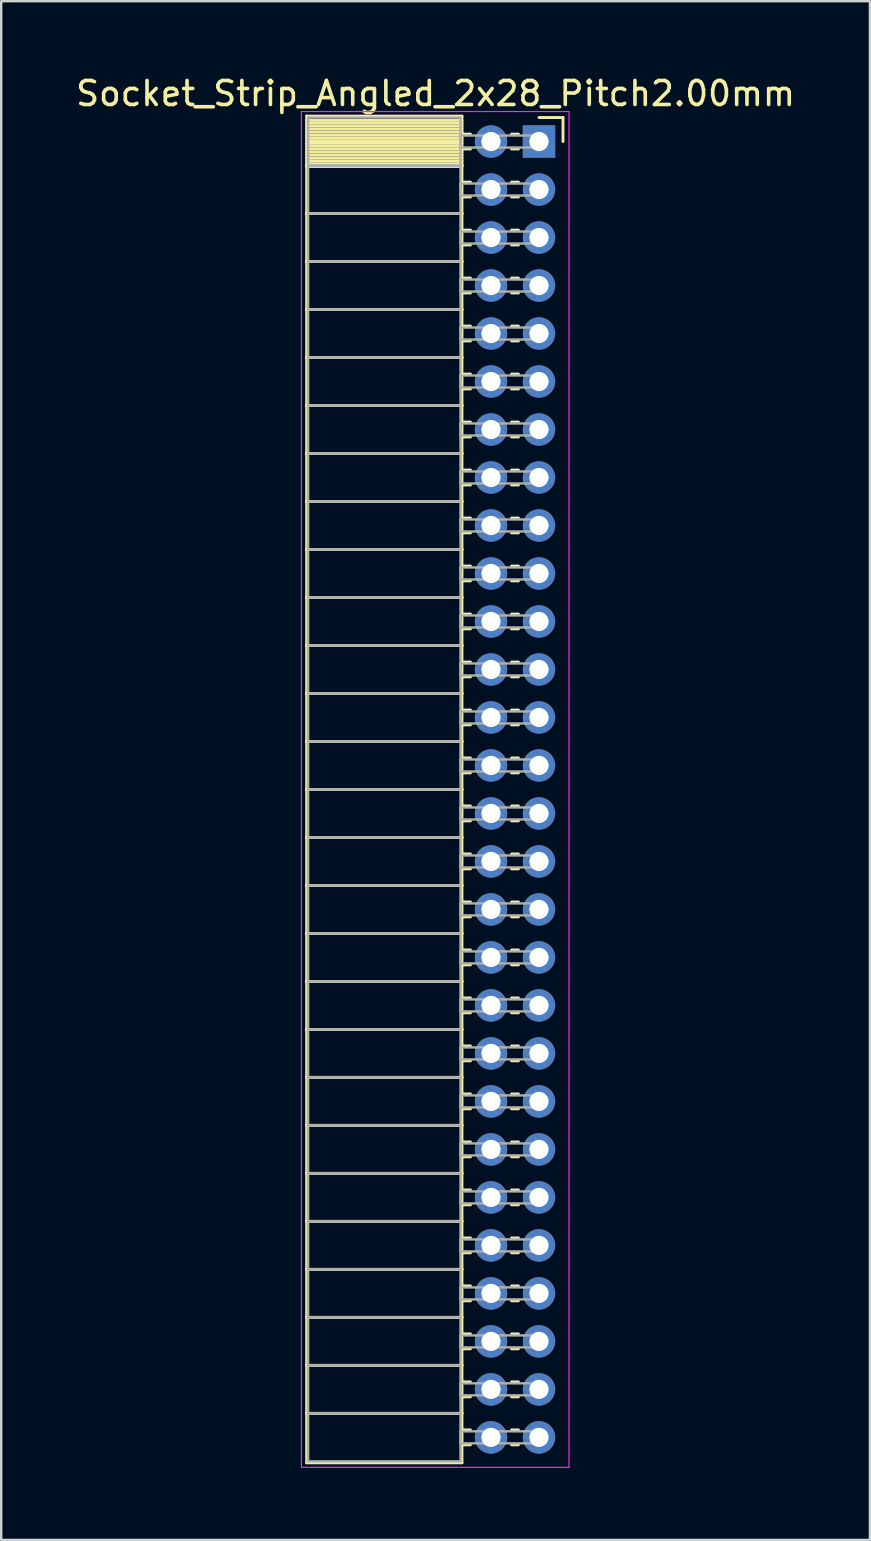
<source format=kicad_pcb>
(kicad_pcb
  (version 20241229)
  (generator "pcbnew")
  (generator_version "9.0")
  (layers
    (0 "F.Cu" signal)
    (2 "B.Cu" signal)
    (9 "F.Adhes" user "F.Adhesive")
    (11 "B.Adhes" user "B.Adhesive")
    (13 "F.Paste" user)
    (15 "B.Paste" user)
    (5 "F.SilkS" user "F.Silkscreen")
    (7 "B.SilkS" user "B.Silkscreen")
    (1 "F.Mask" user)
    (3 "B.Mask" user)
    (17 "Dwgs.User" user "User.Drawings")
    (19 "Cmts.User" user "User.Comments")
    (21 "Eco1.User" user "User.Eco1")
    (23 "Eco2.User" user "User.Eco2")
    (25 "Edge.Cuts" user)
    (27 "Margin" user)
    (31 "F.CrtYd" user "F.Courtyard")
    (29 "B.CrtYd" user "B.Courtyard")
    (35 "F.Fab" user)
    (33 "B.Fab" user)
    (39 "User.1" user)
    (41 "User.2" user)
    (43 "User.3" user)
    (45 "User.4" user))
  (footprint "Socket_Strip_Angled_2x28_Pitch2.00mm"
    (layer "F.Cu")
    (at 19.411 2.848)
    (property "Reference" "Socket_Strip_Angled_2x28_Pitch2.00mm" (at -4.31 -2 0) (layer "F.SilkS") (effects (font (size 1 1) (thickness 0.15))))
    (attr through_hole)
    (fp_line (start -9.68 -1.06) (end -3.21 -1.06) (stroke (width 0.12) (type solid)) (layer "F.SilkS"))
    (fp_line (start -9.68 1) (end -9.68 -1.06) (stroke (width 0.12) (type solid)) (layer "F.SilkS"))
    (fp_line (start -9.68 1) (end -3.21 1) (stroke (width 0.12) (type solid)) (layer "F.SilkS"))
    (fp_line (start -9.68 3) (end -9.68 1) (stroke (width 0.12) (type solid)) (layer "F.SilkS"))
    (fp_line (start -9.68 3) (end -3.21 3) (stroke (width 0.12) (type solid)) (layer "F.SilkS"))
    (fp_line (start -9.68 5) (end -9.68 3) (stroke (width 0.12) (type solid)) (layer "F.SilkS"))
    (fp_line (start -9.68 5) (end -3.21 5) (stroke (width 0.12) (type solid)) (layer "F.SilkS"))
    (fp_line (start -9.68 7) (end -9.68 5) (stroke (width 0.12) (type solid)) (layer "F.SilkS"))
    (fp_line (start -9.68 7) (end -3.21 7) (stroke (width 0.12) (type solid)) (layer "F.SilkS"))
    (fp_line (start -9.68 9) (end -9.68 7) (stroke (width 0.12) (type solid)) (layer "F.SilkS"))
    (fp_line (start -9.68 9) (end -3.21 9) (stroke (width 0.12) (type solid)) (layer "F.SilkS"))
    (fp_line (start -9.68 11) (end -9.68 9) (stroke (width 0.12) (type solid)) (layer "F.SilkS"))
    (fp_line (start -9.68 11) (end -3.21 11) (stroke (width 0.12) (type solid)) (layer "F.SilkS"))
    (fp_line (start -9.68 13) (end -9.68 11) (stroke (width 0.12) (type solid)) (layer "F.SilkS"))
    (fp_line (start -9.68 13) (end -3.21 13) (stroke (width 0.12) (type solid)) (layer "F.SilkS"))
    (fp_line (start -9.68 15) (end -9.68 13) (stroke (width 0.12) (type solid)) (layer "F.SilkS"))
    (fp_line (start -9.68 15) (end -3.21 15) (stroke (width 0.12) (type solid)) (layer "F.SilkS"))
    (fp_line (start -9.68 17) (end -9.68 15) (stroke (width 0.12) (type solid)) (layer "F.SilkS"))
    (fp_line (start -9.68 17) (end -3.21 17) (stroke (width 0.12) (type solid)) (layer "F.SilkS"))
    (fp_line (start -9.68 19) (end -9.68 17) (stroke (width 0.12) (type solid)) (layer "F.SilkS"))
    (fp_line (start -9.68 19) (end -3.21 19) (stroke (width 0.12) (type solid)) (layer "F.SilkS"))
    (fp_line (start -9.68 21) (end -9.68 19) (stroke (width 0.12) (type solid)) (layer "F.SilkS"))
    (fp_line (start -9.68 21) (end -3.21 21) (stroke (width 0.12) (type solid)) (layer "F.SilkS"))
    (fp_line (start -9.68 23) (end -9.68 21) (stroke (width 0.12) (type solid)) (layer "F.SilkS"))
    (fp_line (start -9.68 23) (end -3.21 23) (stroke (width 0.12) (type solid)) (layer "F.SilkS"))
    (fp_line (start -9.68 25) (end -9.68 23) (stroke (width 0.12) (type solid)) (layer "F.SilkS"))
    (fp_line (start -9.68 25) (end -3.21 25) (stroke (width 0.12) (type solid)) (layer "F.SilkS"))
    (fp_line (start -9.68 27) (end -9.68 25) (stroke (width 0.12) (type solid)) (layer "F.SilkS"))
    (fp_line (start -9.68 27) (end -3.21 27) (stroke (width 0.12) (type solid)) (layer "F.SilkS"))
    (fp_line (start -9.68 29) (end -9.68 27) (stroke (width 0.12) (type solid)) (layer "F.SilkS"))
    (fp_line (start -9.68 29) (end -3.21 29) (stroke (width 0.12) (type solid)) (layer "F.SilkS"))
    (fp_line (start -9.68 31) (end -9.68 29) (stroke (width 0.12) (type solid)) (layer "F.SilkS"))
    (fp_line (start -9.68 31) (end -3.21 31) (stroke (width 0.12) (type solid)) (layer "F.SilkS"))
    (fp_line (start -9.68 33) (end -9.68 31) (stroke (width 0.12) (type solid)) (layer "F.SilkS"))
    (fp_line (start -9.68 33) (end -3.21 33) (stroke (width 0.12) (type solid)) (layer "F.SilkS"))
    (fp_line (start -9.68 35) (end -9.68 33) (stroke (width 0.12) (type solid)) (layer "F.SilkS"))
    (fp_line (start -9.68 35) (end -3.21 35) (stroke (width 0.12) (type solid)) (layer "F.SilkS"))
    (fp_line (start -9.68 37) (end -9.68 35) (stroke (width 0.12) (type solid)) (layer "F.SilkS"))
    (fp_line (start -9.68 37) (end -3.21 37) (stroke (width 0.12) (type solid)) (layer "F.SilkS"))
    (fp_line (start -9.68 39) (end -9.68 37) (stroke (width 0.12) (type solid)) (layer "F.SilkS"))
    (fp_line (start -9.68 39) (end -3.21 39) (stroke (width 0.12) (type solid)) (layer "F.SilkS"))
    (fp_line (start -9.68 41) (end -9.68 39) (stroke (width 0.12) (type solid)) (layer "F.SilkS"))
    (fp_line (start -9.68 41) (end -3.21 41) (stroke (width 0.12) (type solid)) (layer "F.SilkS"))
    (fp_line (start -9.68 43) (end -9.68 41) (stroke (width 0.12) (type solid)) (layer "F.SilkS"))
    (fp_line (start -9.68 43) (end -3.21 43) (stroke (width 0.12) (type solid)) (layer "F.SilkS"))
    (fp_line (start -9.68 45) (end -9.68 43) (stroke (width 0.12) (type solid)) (layer "F.SilkS"))
    (fp_line (start -9.68 45) (end -3.21 45) (stroke (width 0.12) (type solid)) (layer "F.SilkS"))
    (fp_line (start -9.68 47) (end -9.68 45) (stroke (width 0.12) (type solid)) (layer "F.SilkS"))
    (fp_line (start -9.68 47) (end -3.21 47) (stroke (width 0.12) (type solid)) (layer "F.SilkS"))
    (fp_line (start -9.68 49) (end -9.68 47) (stroke (width 0.12) (type solid)) (layer "F.SilkS"))
    (fp_line (start -9.68 49) (end -3.21 49) (stroke (width 0.12) (type solid)) (layer "F.SilkS"))
    (fp_line (start -9.68 51) (end -9.68 49) (stroke (width 0.12) (type solid)) (layer "F.SilkS"))
    (fp_line (start -9.68 51) (end -3.21 51) (stroke (width 0.12) (type solid)) (layer "F.SilkS"))
    (fp_line (start -9.68 53) (end -9.68 51) (stroke (width 0.12) (type solid)) (layer "F.SilkS"))
    (fp_line (start -9.68 53) (end -3.21 53) (stroke (width 0.12) (type solid)) (layer "F.SilkS"))
    (fp_line (start -9.68 55.06) (end -9.68 53) (stroke (width 0.12) (type solid)) (layer "F.SilkS"))
    (fp_line (start -3.21 -1.06) (end -3.21 1) (stroke (width 0.12) (type solid)) (layer "F.SilkS"))
    (fp_line (start -3.21 -0.88) (end -9.68 -0.88) (stroke (width 0.12) (type solid)) (layer "F.SilkS"))
    (fp_line (start -3.21 -0.76) (end -9.68 -0.76) (stroke (width 0.12) (type solid)) (layer "F.SilkS"))
    (fp_line (start -3.21 -0.64) (end -9.68 -0.64) (stroke (width 0.12) (type solid)) (layer "F.SilkS"))
    (fp_line (start -3.21 -0.52) (end -9.68 -0.52) (stroke (width 0.12) (type solid)) (layer "F.SilkS"))
    (fp_line (start -3.21 -0.4) (end -9.68 -0.4) (stroke (width 0.12) (type solid)) (layer "F.SilkS"))
    (fp_line (start -3.21 -0.28) (end -9.68 -0.28) (stroke (width 0.12) (type solid)) (layer "F.SilkS"))
    (fp_line (start -3.21 -0.16) (end -9.68 -0.16) (stroke (width 0.12) (type solid)) (layer "F.SilkS"))
    (fp_line (start -3.21 -0.04) (end -9.68 -0.04) (stroke (width 0.12) (type solid)) (layer "F.SilkS"))
    (fp_line (start -3.21 0.08) (end -9.68 0.08) (stroke (width 0.12) (type solid)) (layer "F.SilkS"))
    (fp_line (start -3.21 0.2) (end -9.68 0.2) (stroke (width 0.12) (type solid)) (layer "F.SilkS"))
    (fp_line (start -3.21 0.32) (end -9.68 0.32) (stroke (width 0.12) (type solid)) (layer "F.SilkS"))
    (fp_line (start -3.21 0.44) (end -9.68 0.44) (stroke (width 0.12) (type solid)) (layer "F.SilkS"))
    (fp_line (start -3.21 0.56) (end -9.68 0.56) (stroke (width 0.12) (type solid)) (layer "F.SilkS"))
    (fp_line (start -3.21 0.68) (end -9.68 0.68) (stroke (width 0.12) (type solid)) (layer "F.SilkS"))
    (fp_line (start -3.21 0.8) (end -9.68 0.8) (stroke (width 0.12) (type solid)) (layer "F.SilkS"))
    (fp_line (start -3.21 0.92) (end -9.68 0.92) (stroke (width 0.12) (type solid)) (layer "F.SilkS"))
    (fp_line (start -3.21 1) (end -9.68 1) (stroke (width 0.12) (type solid)) (layer "F.SilkS"))
    (fp_line (start -3.21 1) (end -3.21 3) (stroke (width 0.12) (type solid)) (layer "F.SilkS"))
    (fp_line (start -3.21 1.04) (end -9.68 1.04) (stroke (width 0.12) (type solid)) (layer "F.SilkS"))
    (fp_line (start -3.21 3) (end -9.68 3) (stroke (width 0.12) (type solid)) (layer "F.SilkS"))
    (fp_line (start -3.21 3) (end -3.21 5) (stroke (width 0.12) (type solid)) (layer "F.SilkS"))
    (fp_line (start -3.21 5) (end -9.68 5) (stroke (width 0.12) (type solid)) (layer "F.SilkS"))
    (fp_line (start -3.21 5) (end -3.21 7) (stroke (width 0.12) (type solid)) (layer "F.SilkS"))
    (fp_line (start -3.21 7) (end -9.68 7) (stroke (width 0.12) (type solid)) (layer "F.SilkS"))
    (fp_line (start -3.21 7) (end -3.21 9) (stroke (width 0.12) (type solid)) (layer "F.SilkS"))
    (fp_line (start -3.21 9) (end -9.68 9) (stroke (width 0.12) (type solid)) (layer "F.SilkS"))
    (fp_line (start -3.21 9) (end -3.21 11) (stroke (width 0.12) (type solid)) (layer "F.SilkS"))
    (fp_line (start -3.21 11) (end -9.68 11) (stroke (width 0.12) (type solid)) (layer "F.SilkS"))
    (fp_line (start -3.21 11) (end -3.21 13) (stroke (width 0.12) (type solid)) (layer "F.SilkS"))
    (fp_line (start -3.21 13) (end -9.68 13) (stroke (width 0.12) (type solid)) (layer "F.SilkS"))
    (fp_line (start -3.21 13) (end -3.21 15) (stroke (width 0.12) (type solid)) (layer "F.SilkS"))
    (fp_line (start -3.21 15) (end -9.68 15) (stroke (width 0.12) (type solid)) (layer "F.SilkS"))
    (fp_line (start -3.21 15) (end -3.21 17) (stroke (width 0.12) (type solid)) (layer "F.SilkS"))
    (fp_line (start -3.21 17) (end -9.68 17) (stroke (width 0.12) (type solid)) (layer "F.SilkS"))
    (fp_line (start -3.21 17) (end -3.21 19) (stroke (width 0.12) (type solid)) (layer "F.SilkS"))
    (fp_line (start -3.21 19) (end -9.68 19) (stroke (width 0.12) (type solid)) (layer "F.SilkS"))
    (fp_line (start -3.21 19) (end -3.21 21) (stroke (width 0.12) (type solid)) (layer "F.SilkS"))
    (fp_line (start -3.21 21) (end -9.68 21) (stroke (width 0.12) (type solid)) (layer "F.SilkS"))
    (fp_line (start -3.21 21) (end -3.21 23) (stroke (width 0.12) (type solid)) (layer "F.SilkS"))
    (fp_line (start -3.21 23) (end -9.68 23) (stroke (width 0.12) (type solid)) (layer "F.SilkS"))
    (fp_line (start -3.21 23) (end -3.21 25) (stroke (width 0.12) (type solid)) (layer "F.SilkS"))
    (fp_line (start -3.21 25) (end -9.68 25) (stroke (width 0.12) (type solid)) (layer "F.SilkS"))
    (fp_line (start -3.21 25) (end -3.21 27) (stroke (width 0.12) (type solid)) (layer "F.SilkS"))
    (fp_line (start -3.21 27) (end -9.68 27) (stroke (width 0.12) (type solid)) (layer "F.SilkS"))
    (fp_line (start -3.21 27) (end -3.21 29) (stroke (width 0.12) (type solid)) (layer "F.SilkS"))
    (fp_line (start -3.21 29) (end -9.68 29) (stroke (width 0.12) (type solid)) (layer "F.SilkS"))
    (fp_line (start -3.21 29) (end -3.21 31) (stroke (width 0.12) (type solid)) (layer "F.SilkS"))
    (fp_line (start -3.21 31) (end -9.68 31) (stroke (width 0.12) (type solid)) (layer "F.SilkS"))
    (fp_line (start -3.21 31) (end -3.21 33) (stroke (width 0.12) (type solid)) (layer "F.SilkS"))
    (fp_line (start -3.21 33) (end -9.68 33) (stroke (width 0.12) (type solid)) (layer "F.SilkS"))
    (fp_line (start -3.21 33) (end -3.21 35) (stroke (width 0.12) (type solid)) (layer "F.SilkS"))
    (fp_line (start -3.21 35) (end -9.68 35) (stroke (width 0.12) (type solid)) (layer "F.SilkS"))
    (fp_line (start -3.21 35) (end -3.21 37) (stroke (width 0.12) (type solid)) (layer "F.SilkS"))
    (fp_line (start -3.21 37) (end -9.68 37) (stroke (width 0.12) (type solid)) (layer "F.SilkS"))
    (fp_line (start -3.21 37) (end -3.21 39) (stroke (width 0.12) (type solid)) (layer "F.SilkS"))
    (fp_line (start -3.21 39) (end -9.68 39) (stroke (width 0.12) (type solid)) (layer "F.SilkS"))
    (fp_line (start -3.21 39) (end -3.21 41) (stroke (width 0.12) (type solid)) (layer "F.SilkS"))
    (fp_line (start -3.21 41) (end -9.68 41) (stroke (width 0.12) (type solid)) (layer "F.SilkS"))
    (fp_line (start -3.21 41) (end -3.21 43) (stroke (width 0.12) (type solid)) (layer "F.SilkS"))
    (fp_line (start -3.21 43) (end -9.68 43) (stroke (width 0.12) (type solid)) (layer "F.SilkS"))
    (fp_line (start -3.21 43) (end -3.21 45) (stroke (width 0.12) (type solid)) (layer "F.SilkS"))
    (fp_line (start -3.21 45) (end -9.68 45) (stroke (width 0.12) (type solid)) (layer "F.SilkS"))
    (fp_line (start -3.21 45) (end -3.21 47) (stroke (width 0.12) (type solid)) (layer "F.SilkS"))
    (fp_line (start -3.21 47) (end -9.68 47) (stroke (width 0.12) (type solid)) (layer "F.SilkS"))
    (fp_line (start -3.21 47) (end -3.21 49) (stroke (width 0.12) (type solid)) (layer "F.SilkS"))
    (fp_line (start -3.21 49) (end -9.68 49) (stroke (width 0.12) (type solid)) (layer "F.SilkS"))
    (fp_line (start -3.21 49) (end -3.21 51) (stroke (width 0.12) (type solid)) (layer "F.SilkS"))
    (fp_line (start -3.21 51) (end -9.68 51) (stroke (width 0.12) (type solid)) (layer "F.SilkS"))
    (fp_line (start -3.21 51) (end -3.21 53) (stroke (width 0.12) (type solid)) (layer "F.SilkS"))
    (fp_line (start -3.21 53) (end -9.68 53) (stroke (width 0.12) (type solid)) (layer "F.SilkS"))
    (fp_line (start -3.21 53) (end -3.21 55.06) (stroke (width 0.12) (type solid)) (layer "F.SilkS"))
    (fp_line (start -3.21 55.06) (end -9.68 55.06) (stroke (width 0.12) (type solid)) (layer "F.SilkS"))
    (fp_line (start -2.855 -0.31) (end -3.21 -0.31) (stroke (width 0.12) (type solid)) (layer "F.SilkS"))
    (fp_line (start -2.855 0.31) (end -3.21 0.31) (stroke (width 0.12) (type solid)) (layer "F.SilkS"))
    (fp_line (start -2.855 1.69) (end -3.21 1.69) (stroke (width 0.12) (type solid)) (layer "F.SilkS"))
    (fp_line (start -2.855 2.31) (end -3.21 2.31) (stroke (width 0.12) (type solid)) (layer "F.SilkS"))
    (fp_line (start -2.855 3.69) (end -3.21 3.69) (stroke (width 0.12) (type solid)) (layer "F.SilkS"))
    (fp_line (start -2.855 4.31) (end -3.21 4.31) (stroke (width 0.12) (type solid)) (layer "F.SilkS"))
    (fp_line (start -2.855 5.69) (end -3.21 5.69) (stroke (width 0.12) (type solid)) (layer "F.SilkS"))
    (fp_line (start -2.855 6.31) (end -3.21 6.31) (stroke (width 0.12) (type solid)) (layer "F.SilkS"))
    (fp_line (start -2.855 7.69) (end -3.21 7.69) (stroke (width 0.12) (type solid)) (layer "F.SilkS"))
    (fp_line (start -2.855 8.31) (end -3.21 8.31) (stroke (width 0.12) (type solid)) (layer "F.SilkS"))
    (fp_line (start -2.855 9.69) (end -3.21 9.69) (stroke (width 0.12) (type solid)) (layer "F.SilkS"))
    (fp_line (start -2.855 10.31) (end -3.21 10.31) (stroke (width 0.12) (type solid)) (layer "F.SilkS"))
    (fp_line (start -2.855 11.69) (end -3.21 11.69) (stroke (width 0.12) (type solid)) (layer "F.SilkS"))
    (fp_line (start -2.855 12.31) (end -3.21 12.31) (stroke (width 0.12) (type solid)) (layer "F.SilkS"))
    (fp_line (start -2.855 13.69) (end -3.21 13.69) (stroke (width 0.12) (type solid)) (layer "F.SilkS"))
    (fp_line (start -2.855 14.31) (end -3.21 14.31) (stroke (width 0.12) (type solid)) (layer "F.SilkS"))
    (fp_line (start -2.855 15.69) (end -3.21 15.69) (stroke (width 0.12) (type solid)) (layer "F.SilkS"))
    (fp_line (start -2.855 16.31) (end -3.21 16.31) (stroke (width 0.12) (type solid)) (layer "F.SilkS"))
    (fp_line (start -2.855 17.69) (end -3.21 17.69) (stroke (width 0.12) (type solid)) (layer "F.SilkS"))
    (fp_line (start -2.855 18.31) (end -3.21 18.31) (stroke (width 0.12) (type solid)) (layer "F.SilkS"))
    (fp_line (start -2.855 19.69) (end -3.21 19.69) (stroke (width 0.12) (type solid)) (layer "F.SilkS"))
    (fp_line (start -2.855 20.31) (end -3.21 20.31) (stroke (width 0.12) (type solid)) (layer "F.SilkS"))
    (fp_line (start -2.855 21.69) (end -3.21 21.69) (stroke (width 0.12) (type solid)) (layer "F.SilkS"))
    (fp_line (start -2.855 22.31) (end -3.21 22.31) (stroke (width 0.12) (type solid)) (layer "F.SilkS"))
    (fp_line (start -2.855 23.69) (end -3.21 23.69) (stroke (width 0.12) (type solid)) (layer "F.SilkS"))
    (fp_line (start -2.855 24.31) (end -3.21 24.31) (stroke (width 0.12) (type solid)) (layer "F.SilkS"))
    (fp_line (start -2.855 25.69) (end -3.21 25.69) (stroke (width 0.12) (type solid)) (layer "F.SilkS"))
    (fp_line (start -2.855 26.31) (end -3.21 26.31) (stroke (width 0.12) (type solid)) (layer "F.SilkS"))
    (fp_line (start -2.855 27.69) (end -3.21 27.69) (stroke (width 0.12) (type solid)) (layer "F.SilkS"))
    (fp_line (start -2.855 28.31) (end -3.21 28.31) (stroke (width 0.12) (type solid)) (layer "F.SilkS"))
    (fp_line (start -2.855 29.69) (end -3.21 29.69) (stroke (width 0.12) (type solid)) (layer "F.SilkS"))
    (fp_line (start -2.855 30.31) (end -3.21 30.31) (stroke (width 0.12) (type solid)) (layer "F.SilkS"))
    (fp_line (start -2.855 31.69) (end -3.21 31.69) (stroke (width 0.12) (type solid)) (layer "F.SilkS"))
    (fp_line (start -2.855 32.31) (end -3.21 32.31) (stroke (width 0.12) (type solid)) (layer "F.SilkS"))
    (fp_line (start -2.855 33.69) (end -3.21 33.69) (stroke (width 0.12) (type solid)) (layer "F.SilkS"))
    (fp_line (start -2.855 34.31) (end -3.21 34.31) (stroke (width 0.12) (type solid)) (layer "F.SilkS"))
    (fp_line (start -2.855 35.69) (end -3.21 35.69) (stroke (width 0.12) (type solid)) (layer "F.SilkS"))
    (fp_line (start -2.855 36.31) (end -3.21 36.31) (stroke (width 0.12) (type solid)) (layer "F.SilkS"))
    (fp_line (start -2.855 37.69) (end -3.21 37.69) (stroke (width 0.12) (type solid)) (layer "F.SilkS"))
    (fp_line (start -2.855 38.31) (end -3.21 38.31) (stroke (width 0.12) (type solid)) (layer "F.SilkS"))
    (fp_line (start -2.855 39.69) (end -3.21 39.69) (stroke (width 0.12) (type solid)) (layer "F.SilkS"))
    (fp_line (start -2.855 40.31) (end -3.21 40.31) (stroke (width 0.12) (type solid)) (layer "F.SilkS"))
    (fp_line (start -2.855 41.69) (end -3.21 41.69) (stroke (width 0.12) (type solid)) (layer "F.SilkS"))
    (fp_line (start -2.855 42.31) (end -3.21 42.31) (stroke (width 0.12) (type solid)) (layer "F.SilkS"))
    (fp_line (start -2.855 43.69) (end -3.21 43.69) (stroke (width 0.12) (type solid)) (layer "F.SilkS"))
    (fp_line (start -2.855 44.31) (end -3.21 44.31) (stroke (width 0.12) (type solid)) (layer "F.SilkS"))
    (fp_line (start -2.855 45.69) (end -3.21 45.69) (stroke (width 0.12) (type solid)) (layer "F.SilkS"))
    (fp_line (start -2.855 46.31) (end -3.21 46.31) (stroke (width 0.12) (type solid)) (layer "F.SilkS"))
    (fp_line (start -2.855 47.69) (end -3.21 47.69) (stroke (width 0.12) (type solid)) (layer "F.SilkS"))
    (fp_line (start -2.855 48.31) (end -3.21 48.31) (stroke (width 0.12) (type solid)) (layer "F.SilkS"))
    (fp_line (start -2.855 49.69) (end -3.21 49.69) (stroke (width 0.12) (type solid)) (layer "F.SilkS"))
    (fp_line (start -2.855 50.31) (end -3.21 50.31) (stroke (width 0.12) (type solid)) (layer "F.SilkS"))
    (fp_line (start -2.855 51.69) (end -3.21 51.69) (stroke (width 0.12) (type solid)) (layer "F.SilkS"))
    (fp_line (start -2.855 52.31) (end -3.21 52.31) (stroke (width 0.12) (type solid)) (layer "F.SilkS"))
    (fp_line (start -2.855 53.69) (end -3.21 53.69) (stroke (width 0.12) (type solid)) (layer "F.SilkS"))
    (fp_line (start -2.855 54.31) (end -3.21 54.31) (stroke (width 0.12) (type solid)) (layer "F.SilkS"))
    (fp_line (start -0.855 -0.31) (end -1.145 -0.31) (stroke (width 0.12) (type solid)) (layer "F.SilkS"))
    (fp_line (start -0.855 0.31) (end -1.145 0.31) (stroke (width 0.12) (type solid)) (layer "F.SilkS"))
    (fp_line (start -0.855 1.69) (end -1.145 1.69) (stroke (width 0.12) (type solid)) (layer "F.SilkS"))
    (fp_line (start -0.855 2.31) (end -1.145 2.31) (stroke (width 0.12) (type solid)) (layer "F.SilkS"))
    (fp_line (start -0.855 3.69) (end -1.145 3.69) (stroke (width 0.12) (type solid)) (layer "F.SilkS"))
    (fp_line (start -0.855 4.31) (end -1.145 4.31) (stroke (width 0.12) (type solid)) (layer "F.SilkS"))
    (fp_line (start -0.855 5.69) (end -1.145 5.69) (stroke (width 0.12) (type solid)) (layer "F.SilkS"))
    (fp_line (start -0.855 6.31) (end -1.145 6.31) (stroke (width 0.12) (type solid)) (layer "F.SilkS"))
    (fp_line (start -0.855 7.69) (end -1.145 7.69) (stroke (width 0.12) (type solid)) (layer "F.SilkS"))
    (fp_line (start -0.855 8.31) (end -1.145 8.31) (stroke (width 0.12) (type solid)) (layer "F.SilkS"))
    (fp_line (start -0.855 9.69) (end -1.145 9.69) (stroke (width 0.12) (type solid)) (layer "F.SilkS"))
    (fp_line (start -0.855 10.31) (end -1.145 10.31) (stroke (width 0.12) (type solid)) (layer "F.SilkS"))
    (fp_line (start -0.855 11.69) (end -1.145 11.69) (stroke (width 0.12) (type solid)) (layer "F.SilkS"))
    (fp_line (start -0.855 12.31) (end -1.145 12.31) (stroke (width 0.12) (type solid)) (layer "F.SilkS"))
    (fp_line (start -0.855 13.69) (end -1.145 13.69) (stroke (width 0.12) (type solid)) (layer "F.SilkS"))
    (fp_line (start -0.855 14.31) (end -1.145 14.31) (stroke (width 0.12) (type solid)) (layer "F.SilkS"))
    (fp_line (start -0.855 15.69) (end -1.145 15.69) (stroke (width 0.12) (type solid)) (layer "F.SilkS"))
    (fp_line (start -0.855 16.31) (end -1.145 16.31) (stroke (width 0.12) (type solid)) (layer "F.SilkS"))
    (fp_line (start -0.855 17.69) (end -1.145 17.69) (stroke (width 0.12) (type solid)) (layer "F.SilkS"))
    (fp_line (start -0.855 18.31) (end -1.145 18.31) (stroke (width 0.12) (type solid)) (layer "F.SilkS"))
    (fp_line (start -0.855 19.69) (end -1.145 19.69) (stroke (width 0.12) (type solid)) (layer "F.SilkS"))
    (fp_line (start -0.855 20.31) (end -1.145 20.31) (stroke (width 0.12) (type solid)) (layer "F.SilkS"))
    (fp_line (start -0.855 21.69) (end -1.145 21.69) (stroke (width 0.12) (type solid)) (layer "F.SilkS"))
    (fp_line (start -0.855 22.31) (end -1.145 22.31) (stroke (width 0.12) (type solid)) (layer "F.SilkS"))
    (fp_line (start -0.855 23.69) (end -1.145 23.69) (stroke (width 0.12) (type solid)) (layer "F.SilkS"))
    (fp_line (start -0.855 24.31) (end -1.145 24.31) (stroke (width 0.12) (type solid)) (layer "F.SilkS"))
    (fp_line (start -0.855 25.69) (end -1.145 25.69) (stroke (width 0.12) (type solid)) (layer "F.SilkS"))
    (fp_line (start -0.855 26.31) (end -1.145 26.31) (stroke (width 0.12) (type solid)) (layer "F.SilkS"))
    (fp_line (start -0.855 27.69) (end -1.145 27.69) (stroke (width 0.12) (type solid)) (layer "F.SilkS"))
    (fp_line (start -0.855 28.31) (end -1.145 28.31) (stroke (width 0.12) (type solid)) (layer "F.SilkS"))
    (fp_line (start -0.855 29.69) (end -1.145 29.69) (stroke (width 0.12) (type solid)) (layer "F.SilkS"))
    (fp_line (start -0.855 30.31) (end -1.145 30.31) (stroke (width 0.12) (type solid)) (layer "F.SilkS"))
    (fp_line (start -0.855 31.69) (end -1.145 31.69) (stroke (width 0.12) (type solid)) (layer "F.SilkS"))
    (fp_line (start -0.855 32.31) (end -1.145 32.31) (stroke (width 0.12) (type solid)) (layer "F.SilkS"))
    (fp_line (start -0.855 33.69) (end -1.145 33.69) (stroke (width 0.12) (type solid)) (layer "F.SilkS"))
    (fp_line (start -0.855 34.31) (end -1.145 34.31) (stroke (width 0.12) (type solid)) (layer "F.SilkS"))
    (fp_line (start -0.855 35.69) (end -1.145 35.69) (stroke (width 0.12) (type solid)) (layer "F.SilkS"))
    (fp_line (start -0.855 36.31) (end -1.145 36.31) (stroke (width 0.12) (type solid)) (layer "F.SilkS"))
    (fp_line (start -0.855 37.69) (end -1.145 37.69) (stroke (width 0.12) (type solid)) (layer "F.SilkS"))
    (fp_line (start -0.855 38.31) (end -1.145 38.31) (stroke (width 0.12) (type solid)) (layer "F.SilkS"))
    (fp_line (start -0.855 39.69) (end -1.145 39.69) (stroke (width 0.12) (type solid)) (layer "F.SilkS"))
    (fp_line (start -0.855 40.31) (end -1.145 40.31) (stroke (width 0.12) (type solid)) (layer "F.SilkS"))
    (fp_line (start -0.855 41.69) (end -1.145 41.69) (stroke (width 0.12) (type solid)) (layer "F.SilkS"))
    (fp_line (start -0.855 42.31) (end -1.145 42.31) (stroke (width 0.12) (type solid)) (layer "F.SilkS"))
    (fp_line (start -0.855 43.69) (end -1.145 43.69) (stroke (width 0.12) (type solid)) (layer "F.SilkS"))
    (fp_line (start -0.855 44.31) (end -1.145 44.31) (stroke (width 0.12) (type solid)) (layer "F.SilkS"))
    (fp_line (start -0.855 45.69) (end -1.145 45.69) (stroke (width 0.12) (type solid)) (layer "F.SilkS"))
    (fp_line (start -0.855 46.31) (end -1.145 46.31) (stroke (width 0.12) (type solid)) (layer "F.SilkS"))
    (fp_line (start -0.855 47.69) (end -1.145 47.69) (stroke (width 0.12) (type solid)) (layer "F.SilkS"))
    (fp_line (start -0.855 48.31) (end -1.145 48.31) (stroke (width 0.12) (type solid)) (layer "F.SilkS"))
    (fp_line (start -0.855 49.69) (end -1.145 49.69) (stroke (width 0.12) (type solid)) (layer "F.SilkS"))
    (fp_line (start -0.855 50.31) (end -1.145 50.31) (stroke (width 0.12) (type solid)) (layer "F.SilkS"))
    (fp_line (start -0.855 51.69) (end -1.145 51.69) (stroke (width 0.12) (type solid)) (layer "F.SilkS"))
    (fp_line (start -0.855 52.31) (end -1.145 52.31) (stroke (width 0.12) (type solid)) (layer "F.SilkS"))
    (fp_line (start -0.855 53.69) (end -1.145 53.69) (stroke (width 0.12) (type solid)) (layer "F.SilkS"))
    (fp_line (start -0.855 54.31) (end -1.145 54.31) (stroke (width 0.12) (type solid)) (layer "F.SilkS"))
    (fp_line (start 0 -1) (end 1 -1) (stroke (width 0.12) (type solid)) (layer "F.SilkS"))
    (fp_line (start 1 -1) (end 1 0) (stroke (width 0.12) (type solid)) (layer "F.SilkS"))
    (fp_line (start -9.9 -1.25) (end 1.25 -1.25) (stroke (width 0.05) (type solid)) (layer "F.CrtYd"))
    (fp_line (start -9.9 55.25) (end -9.9 -1.25) (stroke (width 0.05) (type solid)) (layer "F.CrtYd"))
    (fp_line (start 1.25 -1.25) (end 1.25 55.25) (stroke (width 0.05) (type solid)) (layer "F.CrtYd"))
    (fp_line (start 1.25 55.25) (end -9.9 55.25) (stroke (width 0.05) (type solid)) (layer "F.CrtYd"))
    (fp_line (start -9.62 -1) (end -3.27 -1) (stroke (width 0.1) (type solid)) (layer "F.Fab"))
    (fp_line (start -9.62 1) (end -9.62 -1) (stroke (width 0.1) (type solid)) (layer "F.Fab"))
    (fp_line (start -9.62 1) (end -3.27 1) (stroke (width 0.1) (type solid)) (layer "F.Fab"))
    (fp_line (start -9.62 3) (end -9.62 1) (stroke (width 0.1) (type solid)) (layer "F.Fab"))
    (fp_line (start -9.62 3) (end -3.27 3) (stroke (width 0.1) (type solid)) (layer "F.Fab"))
    (fp_line (start -9.62 5) (end -9.62 3) (stroke (width 0.1) (type solid)) (layer "F.Fab"))
    (fp_line (start -9.62 5) (end -3.27 5) (stroke (width 0.1) (type solid)) (layer "F.Fab"))
    (fp_line (start -9.62 7) (end -9.62 5) (stroke (width 0.1) (type solid)) (layer "F.Fab"))
    (fp_line (start -9.62 7) (end -3.27 7) (stroke (width 0.1) (type solid)) (layer "F.Fab"))
    (fp_line (start -9.62 9) (end -9.62 7) (stroke (width 0.1) (type solid)) (layer "F.Fab"))
    (fp_line (start -9.62 9) (end -3.27 9) (stroke (width 0.1) (type solid)) (layer "F.Fab"))
    (fp_line (start -9.62 11) (end -9.62 9) (stroke (width 0.1) (type solid)) (layer "F.Fab"))
    (fp_line (start -9.62 11) (end -3.27 11) (stroke (width 0.1) (type solid)) (layer "F.Fab"))
    (fp_line (start -9.62 13) (end -9.62 11) (stroke (width 0.1) (type solid)) (layer "F.Fab"))
    (fp_line (start -9.62 13) (end -3.27 13) (stroke (width 0.1) (type solid)) (layer "F.Fab"))
    (fp_line (start -9.62 15) (end -9.62 13) (stroke (width 0.1) (type solid)) (layer "F.Fab"))
    (fp_line (start -9.62 15) (end -3.27 15) (stroke (width 0.1) (type solid)) (layer "F.Fab"))
    (fp_line (start -9.62 17) (end -9.62 15) (stroke (width 0.1) (type solid)) (layer "F.Fab"))
    (fp_line (start -9.62 17) (end -3.27 17) (stroke (width 0.1) (type solid)) (layer "F.Fab"))
    (fp_line (start -9.62 19) (end -9.62 17) (stroke (width 0.1) (type solid)) (layer "F.Fab"))
    (fp_line (start -9.62 19) (end -3.27 19) (stroke (width 0.1) (type solid)) (layer "F.Fab"))
    (fp_line (start -9.62 21) (end -9.62 19) (stroke (width 0.1) (type solid)) (layer "F.Fab"))
    (fp_line (start -9.62 21) (end -3.27 21) (stroke (width 0.1) (type solid)) (layer "F.Fab"))
    (fp_line (start -9.62 23) (end -9.62 21) (stroke (width 0.1) (type solid)) (layer "F.Fab"))
    (fp_line (start -9.62 23) (end -3.27 23) (stroke (width 0.1) (type solid)) (layer "F.Fab"))
    (fp_line (start -9.62 25) (end -9.62 23) (stroke (width 0.1) (type solid)) (layer "F.Fab"))
    (fp_line (start -9.62 25) (end -3.27 25) (stroke (width 0.1) (type solid)) (layer "F.Fab"))
    (fp_line (start -9.62 27) (end -9.62 25) (stroke (width 0.1) (type solid)) (layer "F.Fab"))
    (fp_line (start -9.62 27) (end -3.27 27) (stroke (width 0.1) (type solid)) (layer "F.Fab"))
    (fp_line (start -9.62 29) (end -9.62 27) (stroke (width 0.1) (type solid)) (layer "F.Fab"))
    (fp_line (start -9.62 29) (end -3.27 29) (stroke (width 0.1) (type solid)) (layer "F.Fab"))
    (fp_line (start -9.62 31) (end -9.62 29) (stroke (width 0.1) (type solid)) (layer "F.Fab"))
    (fp_line (start -9.62 31) (end -3.27 31) (stroke (width 0.1) (type solid)) (layer "F.Fab"))
    (fp_line (start -9.62 33) (end -9.62 31) (stroke (width 0.1) (type solid)) (layer "F.Fab"))
    (fp_line (start -9.62 33) (end -3.27 33) (stroke (width 0.1) (type solid)) (layer "F.Fab"))
    (fp_line (start -9.62 35) (end -9.62 33) (stroke (width 0.1) (type solid)) (layer "F.Fab"))
    (fp_line (start -9.62 35) (end -3.27 35) (stroke (width 0.1) (type solid)) (layer "F.Fab"))
    (fp_line (start -9.62 37) (end -9.62 35) (stroke (width 0.1) (type solid)) (layer "F.Fab"))
    (fp_line (start -9.62 37) (end -3.27 37) (stroke (width 0.1) (type solid)) (layer "F.Fab"))
    (fp_line (start -9.62 39) (end -9.62 37) (stroke (width 0.1) (type solid)) (layer "F.Fab"))
    (fp_line (start -9.62 39) (end -3.27 39) (stroke (width 0.1) (type solid)) (layer "F.Fab"))
    (fp_line (start -9.62 41) (end -9.62 39) (stroke (width 0.1) (type solid)) (layer "F.Fab"))
    (fp_line (start -9.62 41) (end -3.27 41) (stroke (width 0.1) (type solid)) (layer "F.Fab"))
    (fp_line (start -9.62 43) (end -9.62 41) (stroke (width 0.1) (type solid)) (layer "F.Fab"))
    (fp_line (start -9.62 43) (end -3.27 43) (stroke (width 0.1) (type solid)) (layer "F.Fab"))
    (fp_line (start -9.62 45) (end -9.62 43) (stroke (width 0.1) (type solid)) (layer "F.Fab"))
    (fp_line (start -9.62 45) (end -3.27 45) (stroke (width 0.1) (type solid)) (layer "F.Fab"))
    (fp_line (start -9.62 47) (end -9.62 45) (stroke (width 0.1) (type solid)) (layer "F.Fab"))
    (fp_line (start -9.62 47) (end -3.27 47) (stroke (width 0.1) (type solid)) (layer "F.Fab"))
    (fp_line (start -9.62 49) (end -9.62 47) (stroke (width 0.1) (type solid)) (layer "F.Fab"))
    (fp_line (start -9.62 49) (end -3.27 49) (stroke (width 0.1) (type solid)) (layer "F.Fab"))
    (fp_line (start -9.62 51) (end -9.62 49) (stroke (width 0.1) (type solid)) (layer "F.Fab"))
    (fp_line (start -9.62 51) (end -3.27 51) (stroke (width 0.1) (type solid)) (layer "F.Fab"))
    (fp_line (start -9.62 53) (end -9.62 51) (stroke (width 0.1) (type solid)) (layer "F.Fab"))
    (fp_line (start -9.62 53) (end -3.27 53) (stroke (width 0.1) (type solid)) (layer "F.Fab"))
    (fp_line (start -9.62 55) (end -9.62 53) (stroke (width 0.1) (type solid)) (layer "F.Fab"))
    (fp_line (start -3.27 -1) (end -3.27 1) (stroke (width 0.1) (type solid)) (layer "F.Fab"))
    (fp_line (start -3.27 -0.25) (end 0 -0.25) (stroke (width 0.1) (type solid)) (layer "F.Fab"))
    (fp_line (start -3.27 0.25) (end -3.27 -0.25) (stroke (width 0.1) (type solid)) (layer "F.Fab"))
    (fp_line (start -3.27 1) (end -9.62 1) (stroke (width 0.1) (type solid)) (layer "F.Fab"))
    (fp_line (start -3.27 1) (end -3.27 3) (stroke (width 0.1) (type solid)) (layer "F.Fab"))
    (fp_line (start -3.27 1.75) (end 0 1.75) (stroke (width 0.1) (type solid)) (layer "F.Fab"))
    (fp_line (start -3.27 2.25) (end -3.27 1.75) (stroke (width 0.1) (type solid)) (layer "F.Fab"))
    (fp_line (start -3.27 3) (end -9.62 3) (stroke (width 0.1) (type solid)) (layer "F.Fab"))
    (fp_line (start -3.27 3) (end -3.27 5) (stroke (width 0.1) (type solid)) (layer "F.Fab"))
    (fp_line (start -3.27 3.75) (end 0 3.75) (stroke (width 0.1) (type solid)) (layer "F.Fab"))
    (fp_line (start -3.27 4.25) (end -3.27 3.75) (stroke (width 0.1) (type solid)) (layer "F.Fab"))
    (fp_line (start -3.27 5) (end -9.62 5) (stroke (width 0.1) (type solid)) (layer "F.Fab"))
    (fp_line (start -3.27 5) (end -3.27 7) (stroke (width 0.1) (type solid)) (layer "F.Fab"))
    (fp_line (start -3.27 5.75) (end 0 5.75) (stroke (width 0.1) (type solid)) (layer "F.Fab"))
    (fp_line (start -3.27 6.25) (end -3.27 5.75) (stroke (width 0.1) (type solid)) (layer "F.Fab"))
    (fp_line (start -3.27 7) (end -9.62 7) (stroke (width 0.1) (type solid)) (layer "F.Fab"))
    (fp_line (start -3.27 7) (end -3.27 9) (stroke (width 0.1) (type solid)) (layer "F.Fab"))
    (fp_line (start -3.27 7.75) (end 0 7.75) (stroke (width 0.1) (type solid)) (layer "F.Fab"))
    (fp_line (start -3.27 8.25) (end -3.27 7.75) (stroke (width 0.1) (type solid)) (layer "F.Fab"))
    (fp_line (start -3.27 9) (end -9.62 9) (stroke (width 0.1) (type solid)) (layer "F.Fab"))
    (fp_line (start -3.27 9) (end -3.27 11) (stroke (width 0.1) (type solid)) (layer "F.Fab"))
    (fp_line (start -3.27 9.75) (end 0 9.75) (stroke (width 0.1) (type solid)) (layer "F.Fab"))
    (fp_line (start -3.27 10.25) (end -3.27 9.75) (stroke (width 0.1) (type solid)) (layer "F.Fab"))
    (fp_line (start -3.27 11) (end -9.62 11) (stroke (width 0.1) (type solid)) (layer "F.Fab"))
    (fp_line (start -3.27 11) (end -3.27 13) (stroke (width 0.1) (type solid)) (layer "F.Fab"))
    (fp_line (start -3.27 11.75) (end 0 11.75) (stroke (width 0.1) (type solid)) (layer "F.Fab"))
    (fp_line (start -3.27 12.25) (end -3.27 11.75) (stroke (width 0.1) (type solid)) (layer "F.Fab"))
    (fp_line (start -3.27 13) (end -9.62 13) (stroke (width 0.1) (type solid)) (layer "F.Fab"))
    (fp_line (start -3.27 13) (end -3.27 15) (stroke (width 0.1) (type solid)) (layer "F.Fab"))
    (fp_line (start -3.27 13.75) (end 0 13.75) (stroke (width 0.1) (type solid)) (layer "F.Fab"))
    (fp_line (start -3.27 14.25) (end -3.27 13.75) (stroke (width 0.1) (type solid)) (layer "F.Fab"))
    (fp_line (start -3.27 15) (end -9.62 15) (stroke (width 0.1) (type solid)) (layer "F.Fab"))
    (fp_line (start -3.27 15) (end -3.27 17) (stroke (width 0.1) (type solid)) (layer "F.Fab"))
    (fp_line (start -3.27 15.75) (end 0 15.75) (stroke (width 0.1) (type solid)) (layer "F.Fab"))
    (fp_line (start -3.27 16.25) (end -3.27 15.75) (stroke (width 0.1) (type solid)) (layer "F.Fab"))
    (fp_line (start -3.27 17) (end -9.62 17) (stroke (width 0.1) (type solid)) (layer "F.Fab"))
    (fp_line (start -3.27 17) (end -3.27 19) (stroke (width 0.1) (type solid)) (layer "F.Fab"))
    (fp_line (start -3.27 17.75) (end 0 17.75) (stroke (width 0.1) (type solid)) (layer "F.Fab"))
    (fp_line (start -3.27 18.25) (end -3.27 17.75) (stroke (width 0.1) (type solid)) (layer "F.Fab"))
    (fp_line (start -3.27 19) (end -9.62 19) (stroke (width 0.1) (type solid)) (layer "F.Fab"))
    (fp_line (start -3.27 19) (end -3.27 21) (stroke (width 0.1) (type solid)) (layer "F.Fab"))
    (fp_line (start -3.27 19.75) (end 0 19.75) (stroke (width 0.1) (type solid)) (layer "F.Fab"))
    (fp_line (start -3.27 20.25) (end -3.27 19.75) (stroke (width 0.1) (type solid)) (layer "F.Fab"))
    (fp_line (start -3.27 21) (end -9.62 21) (stroke (width 0.1) (type solid)) (layer "F.Fab"))
    (fp_line (start -3.27 21) (end -3.27 23) (stroke (width 0.1) (type solid)) (layer "F.Fab"))
    (fp_line (start -3.27 21.75) (end 0 21.75) (stroke (width 0.1) (type solid)) (layer "F.Fab"))
    (fp_line (start -3.27 22.25) (end -3.27 21.75) (stroke (width 0.1) (type solid)) (layer "F.Fab"))
    (fp_line (start -3.27 23) (end -9.62 23) (stroke (width 0.1) (type solid)) (layer "F.Fab"))
    (fp_line (start -3.27 23) (end -3.27 25) (stroke (width 0.1) (type solid)) (layer "F.Fab"))
    (fp_line (start -3.27 23.75) (end 0 23.75) (stroke (width 0.1) (type solid)) (layer "F.Fab"))
    (fp_line (start -3.27 24.25) (end -3.27 23.75) (stroke (width 0.1) (type solid)) (layer "F.Fab"))
    (fp_line (start -3.27 25) (end -9.62 25) (stroke (width 0.1) (type solid)) (layer "F.Fab"))
    (fp_line (start -3.27 25) (end -3.27 27) (stroke (width 0.1) (type solid)) (layer "F.Fab"))
    (fp_line (start -3.27 25.75) (end 0 25.75) (stroke (width 0.1) (type solid)) (layer "F.Fab"))
    (fp_line (start -3.27 26.25) (end -3.27 25.75) (stroke (width 0.1) (type solid)) (layer "F.Fab"))
    (fp_line (start -3.27 27) (end -9.62 27) (stroke (width 0.1) (type solid)) (layer "F.Fab"))
    (fp_line (start -3.27 27) (end -3.27 29) (stroke (width 0.1) (type solid)) (layer "F.Fab"))
    (fp_line (start -3.27 27.75) (end 0 27.75) (stroke (width 0.1) (type solid)) (layer "F.Fab"))
    (fp_line (start -3.27 28.25) (end -3.27 27.75) (stroke (width 0.1) (type solid)) (layer "F.Fab"))
    (fp_line (start -3.27 29) (end -9.62 29) (stroke (width 0.1) (type solid)) (layer "F.Fab"))
    (fp_line (start -3.27 29) (end -3.27 31) (stroke (width 0.1) (type solid)) (layer "F.Fab"))
    (fp_line (start -3.27 29.75) (end 0 29.75) (stroke (width 0.1) (type solid)) (layer "F.Fab"))
    (fp_line (start -3.27 30.25) (end -3.27 29.75) (stroke (width 0.1) (type solid)) (layer "F.Fab"))
    (fp_line (start -3.27 31) (end -9.62 31) (stroke (width 0.1) (type solid)) (layer "F.Fab"))
    (fp_line (start -3.27 31) (end -3.27 33) (stroke (width 0.1) (type solid)) (layer "F.Fab"))
    (fp_line (start -3.27 31.75) (end 0 31.75) (stroke (width 0.1) (type solid)) (layer "F.Fab"))
    (fp_line (start -3.27 32.25) (end -3.27 31.75) (stroke (width 0.1) (type solid)) (layer "F.Fab"))
    (fp_line (start -3.27 33) (end -9.62 33) (stroke (width 0.1) (type solid)) (layer "F.Fab"))
    (fp_line (start -3.27 33) (end -3.27 35) (stroke (width 0.1) (type solid)) (layer "F.Fab"))
    (fp_line (start -3.27 33.75) (end 0 33.75) (stroke (width 0.1) (type solid)) (layer "F.Fab"))
    (fp_line (start -3.27 34.25) (end -3.27 33.75) (stroke (width 0.1) (type solid)) (layer "F.Fab"))
    (fp_line (start -3.27 35) (end -9.62 35) (stroke (width 0.1) (type solid)) (layer "F.Fab"))
    (fp_line (start -3.27 35) (end -3.27 37) (stroke (width 0.1) (type solid)) (layer "F.Fab"))
    (fp_line (start -3.27 35.75) (end 0 35.75) (stroke (width 0.1) (type solid)) (layer "F.Fab"))
    (fp_line (start -3.27 36.25) (end -3.27 35.75) (stroke (width 0.1) (type solid)) (layer "F.Fab"))
    (fp_line (start -3.27 37) (end -9.62 37) (stroke (width 0.1) (type solid)) (layer "F.Fab"))
    (fp_line (start -3.27 37) (end -3.27 39) (stroke (width 0.1) (type solid)) (layer "F.Fab"))
    (fp_line (start -3.27 37.75) (end 0 37.75) (stroke (width 0.1) (type solid)) (layer "F.Fab"))
    (fp_line (start -3.27 38.25) (end -3.27 37.75) (stroke (width 0.1) (type solid)) (layer "F.Fab"))
    (fp_line (start -3.27 39) (end -9.62 39) (stroke (width 0.1) (type solid)) (layer "F.Fab"))
    (fp_line (start -3.27 39) (end -3.27 41) (stroke (width 0.1) (type solid)) (layer "F.Fab"))
    (fp_line (start -3.27 39.75) (end 0 39.75) (stroke (width 0.1) (type solid)) (layer "F.Fab"))
    (fp_line (start -3.27 40.25) (end -3.27 39.75) (stroke (width 0.1) (type solid)) (layer "F.Fab"))
    (fp_line (start -3.27 41) (end -9.62 41) (stroke (width 0.1) (type solid)) (layer "F.Fab"))
    (fp_line (start -3.27 41) (end -3.27 43) (stroke (width 0.1) (type solid)) (layer "F.Fab"))
    (fp_line (start -3.27 41.75) (end 0 41.75) (stroke (width 0.1) (type solid)) (layer "F.Fab"))
    (fp_line (start -3.27 42.25) (end -3.27 41.75) (stroke (width 0.1) (type solid)) (layer "F.Fab"))
    (fp_line (start -3.27 43) (end -9.62 43) (stroke (width 0.1) (type solid)) (layer "F.Fab"))
    (fp_line (start -3.27 43) (end -3.27 45) (stroke (width 0.1) (type solid)) (layer "F.Fab"))
    (fp_line (start -3.27 43.75) (end 0 43.75) (stroke (width 0.1) (type solid)) (layer "F.Fab"))
    (fp_line (start -3.27 44.25) (end -3.27 43.75) (stroke (width 0.1) (type solid)) (layer "F.Fab"))
    (fp_line (start -3.27 45) (end -9.62 45) (stroke (width 0.1) (type solid)) (layer "F.Fab"))
    (fp_line (start -3.27 45) (end -3.27 47) (stroke (width 0.1) (type solid)) (layer "F.Fab"))
    (fp_line (start -3.27 45.75) (end 0 45.75) (stroke (width 0.1) (type solid)) (layer "F.Fab"))
    (fp_line (start -3.27 46.25) (end -3.27 45.75) (stroke (width 0.1) (type solid)) (layer "F.Fab"))
    (fp_line (start -3.27 47) (end -9.62 47) (stroke (width 0.1) (type solid)) (layer "F.Fab"))
    (fp_line (start -3.27 47) (end -3.27 49) (stroke (width 0.1) (type solid)) (layer "F.Fab"))
    (fp_line (start -3.27 47.75) (end 0 47.75) (stroke (width 0.1) (type solid)) (layer "F.Fab"))
    (fp_line (start -3.27 48.25) (end -3.27 47.75) (stroke (width 0.1) (type solid)) (layer "F.Fab"))
    (fp_line (start -3.27 49) (end -9.62 49) (stroke (width 0.1) (type solid)) (layer "F.Fab"))
    (fp_line (start -3.27 49) (end -3.27 51) (stroke (width 0.1) (type solid)) (layer "F.Fab"))
    (fp_line (start -3.27 49.75) (end 0 49.75) (stroke (width 0.1) (type solid)) (layer "F.Fab"))
    (fp_line (start -3.27 50.25) (end -3.27 49.75) (stroke (width 0.1) (type solid)) (layer "F.Fab"))
    (fp_line (start -3.27 51) (end -9.62 51) (stroke (width 0.1) (type solid)) (layer "F.Fab"))
    (fp_line (start -3.27 51) (end -3.27 53) (stroke (width 0.1) (type solid)) (layer "F.Fab"))
    (fp_line (start -3.27 51.75) (end 0 51.75) (stroke (width 0.1) (type solid)) (layer "F.Fab"))
    (fp_line (start -3.27 52.25) (end -3.27 51.75) (stroke (width 0.1) (type solid)) (layer "F.Fab"))
    (fp_line (start -3.27 53) (end -9.62 53) (stroke (width 0.1) (type solid)) (layer "F.Fab"))
    (fp_line (start -3.27 53) (end -3.27 55) (stroke (width 0.1) (type solid)) (layer "F.Fab"))
    (fp_line (start -3.27 53.75) (end 0 53.75) (stroke (width 0.1) (type solid)) (layer "F.Fab"))
    (fp_line (start -3.27 54.25) (end -3.27 53.75) (stroke (width 0.1) (type solid)) (layer "F.Fab"))
    (fp_line (start -3.27 55) (end -9.62 55) (stroke (width 0.1) (type solid)) (layer "F.Fab"))
    (fp_line (start 0 -0.25) (end 0 0.25) (stroke (width 0.1) (type solid)) (layer "F.Fab"))
    (fp_line (start 0 0.25) (end -3.27 0.25) (stroke (width 0.1) (type solid)) (layer "F.Fab"))
    (fp_line (start 0 1.75) (end 0 2.25) (stroke (width 0.1) (type solid)) (layer "F.Fab"))
    (fp_line (start 0 2.25) (end -3.27 2.25) (stroke (width 0.1) (type solid)) (layer "F.Fab"))
    (fp_line (start 0 3.75) (end 0 4.25) (stroke (width 0.1) (type solid)) (layer "F.Fab"))
    (fp_line (start 0 4.25) (end -3.27 4.25) (stroke (width 0.1) (type solid)) (layer "F.Fab"))
    (fp_line (start 0 5.75) (end 0 6.25) (stroke (width 0.1) (type solid)) (layer "F.Fab"))
    (fp_line (start 0 6.25) (end -3.27 6.25) (stroke (width 0.1) (type solid)) (layer "F.Fab"))
    (fp_line (start 0 7.75) (end 0 8.25) (stroke (width 0.1) (type solid)) (layer "F.Fab"))
    (fp_line (start 0 8.25) (end -3.27 8.25) (stroke (width 0.1) (type solid)) (layer "F.Fab"))
    (fp_line (start 0 9.75) (end 0 10.25) (stroke (width 0.1) (type solid)) (layer "F.Fab"))
    (fp_line (start 0 10.25) (end -3.27 10.25) (stroke (width 0.1) (type solid)) (layer "F.Fab"))
    (fp_line (start 0 11.75) (end 0 12.25) (stroke (width 0.1) (type solid)) (layer "F.Fab"))
    (fp_line (start 0 12.25) (end -3.27 12.25) (stroke (width 0.1) (type solid)) (layer "F.Fab"))
    (fp_line (start 0 13.75) (end 0 14.25) (stroke (width 0.1) (type solid)) (layer "F.Fab"))
    (fp_line (start 0 14.25) (end -3.27 14.25) (stroke (width 0.1) (type solid)) (layer "F.Fab"))
    (fp_line (start 0 15.75) (end 0 16.25) (stroke (width 0.1) (type solid)) (layer "F.Fab"))
    (fp_line (start 0 16.25) (end -3.27 16.25) (stroke (width 0.1) (type solid)) (layer "F.Fab"))
    (fp_line (start 0 17.75) (end 0 18.25) (stroke (width 0.1) (type solid)) (layer "F.Fab"))
    (fp_line (start 0 18.25) (end -3.27 18.25) (stroke (width 0.1) (type solid)) (layer "F.Fab"))
    (fp_line (start 0 19.75) (end 0 20.25) (stroke (width 0.1) (type solid)) (layer "F.Fab"))
    (fp_line (start 0 20.25) (end -3.27 20.25) (stroke (width 0.1) (type solid)) (layer "F.Fab"))
    (fp_line (start 0 21.75) (end 0 22.25) (stroke (width 0.1) (type solid)) (layer "F.Fab"))
    (fp_line (start 0 22.25) (end -3.27 22.25) (stroke (width 0.1) (type solid)) (layer "F.Fab"))
    (fp_line (start 0 23.75) (end 0 24.25) (stroke (width 0.1) (type solid)) (layer "F.Fab"))
    (fp_line (start 0 24.25) (end -3.27 24.25) (stroke (width 0.1) (type solid)) (layer "F.Fab"))
    (fp_line (start 0 25.75) (end 0 26.25) (stroke (width 0.1) (type solid)) (layer "F.Fab"))
    (fp_line (start 0 26.25) (end -3.27 26.25) (stroke (width 0.1) (type solid)) (layer "F.Fab"))
    (fp_line (start 0 27.75) (end 0 28.25) (stroke (width 0.1) (type solid)) (layer "F.Fab"))
    (fp_line (start 0 28.25) (end -3.27 28.25) (stroke (width 0.1) (type solid)) (layer "F.Fab"))
    (fp_line (start 0 29.75) (end 0 30.25) (stroke (width 0.1) (type solid)) (layer "F.Fab"))
    (fp_line (start 0 30.25) (end -3.27 30.25) (stroke (width 0.1) (type solid)) (layer "F.Fab"))
    (fp_line (start 0 31.75) (end 0 32.25) (stroke (width 0.1) (type solid)) (layer "F.Fab"))
    (fp_line (start 0 32.25) (end -3.27 32.25) (stroke (width 0.1) (type solid)) (layer "F.Fab"))
    (fp_line (start 0 33.75) (end 0 34.25) (stroke (width 0.1) (type solid)) (layer "F.Fab"))
    (fp_line (start 0 34.25) (end -3.27 34.25) (stroke (width 0.1) (type solid)) (layer "F.Fab"))
    (fp_line (start 0 35.75) (end 0 36.25) (stroke (width 0.1) (type solid)) (layer "F.Fab"))
    (fp_line (start 0 36.25) (end -3.27 36.25) (stroke (width 0.1) (type solid)) (layer "F.Fab"))
    (fp_line (start 0 37.75) (end 0 38.25) (stroke (width 0.1) (type solid)) (layer "F.Fab"))
    (fp_line (start 0 38.25) (end -3.27 38.25) (stroke (width 0.1) (type solid)) (layer "F.Fab"))
    (fp_line (start 0 39.75) (end 0 40.25) (stroke (width 0.1) (type solid)) (layer "F.Fab"))
    (fp_line (start 0 40.25) (end -3.27 40.25) (stroke (width 0.1) (type solid)) (layer "F.Fab"))
    (fp_line (start 0 41.75) (end 0 42.25) (stroke (width 0.1) (type solid)) (layer "F.Fab"))
    (fp_line (start 0 42.25) (end -3.27 42.25) (stroke (width 0.1) (type solid)) (layer "F.Fab"))
    (fp_line (start 0 43.75) (end 0 44.25) (stroke (width 0.1) (type solid)) (layer "F.Fab"))
    (fp_line (start 0 44.25) (end -3.27 44.25) (stroke (width 0.1) (type solid)) (layer "F.Fab"))
    (fp_line (start 0 45.75) (end 0 46.25) (stroke (width 0.1) (type solid)) (layer "F.Fab"))
    (fp_line (start 0 46.25) (end -3.27 46.25) (stroke (width 0.1) (type solid)) (layer "F.Fab"))
    (fp_line (start 0 47.75) (end 0 48.25) (stroke (width 0.1) (type solid)) (layer "F.Fab"))
    (fp_line (start 0 48.25) (end -3.27 48.25) (stroke (width 0.1) (type solid)) (layer "F.Fab"))
    (fp_line (start 0 49.75) (end 0 50.25) (stroke (width 0.1) (type solid)) (layer "F.Fab"))
    (fp_line (start 0 50.25) (end -3.27 50.25) (stroke (width 0.1) (type solid)) (layer "F.Fab"))
    (fp_line (start 0 51.75) (end 0 52.25) (stroke (width 0.1) (type solid)) (layer "F.Fab"))
    (fp_line (start 0 52.25) (end -3.27 52.25) (stroke (width 0.1) (type solid)) (layer "F.Fab"))
    (fp_line (start 0 53.75) (end 0 54.25) (stroke (width 0.1) (type solid)) (layer "F.Fab"))
    (fp_line (start 0 54.25) (end -3.27 54.25) (stroke (width 0.1) (type solid)) (layer "F.Fab"))
    (pad "1" thru_hole rect (at 0 0) (size 1.35 1.35) (drill 0.8) (layers "*.Cu" "*.Mask"))
    (pad "2" thru_hole oval (at -2 0) (size 1.35 1.35) (drill 0.8) (layers "*.Cu" "*.Mask"))
    (pad "3" thru_hole oval (at 0 2) (size 1.35 1.35) (drill 0.8) (layers "*.Cu" "*.Mask"))
    (pad "4" thru_hole oval (at -2 2) (size 1.35 1.35) (drill 0.8) (layers "*.Cu" "*.Mask"))
    (pad "5" thru_hole oval (at 0 4) (size 1.35 1.35) (drill 0.8) (layers "*.Cu" "*.Mask"))
    (pad "6" thru_hole oval (at -2 4) (size 1.35 1.35) (drill 0.8) (layers "*.Cu" "*.Mask"))
    (pad "7" thru_hole oval (at 0 6) (size 1.35 1.35) (drill 0.8) (layers "*.Cu" "*.Mask"))
    (pad "8" thru_hole oval (at -2 6) (size 1.35 1.35) (drill 0.8) (layers "*.Cu" "*.Mask"))
    (pad "9" thru_hole oval (at 0 8) (size 1.35 1.35) (drill 0.8) (layers "*.Cu" "*.Mask"))
    (pad "10" thru_hole oval (at -2 8) (size 1.35 1.35) (drill 0.8) (layers "*.Cu" "*.Mask"))
    (pad "11" thru_hole oval (at 0 10) (size 1.35 1.35) (drill 0.8) (layers "*.Cu" "*.Mask"))
    (pad "12" thru_hole oval (at -2 10) (size 1.35 1.35) (drill 0.8) (layers "*.Cu" "*.Mask"))
    (pad "13" thru_hole oval (at 0 12) (size 1.35 1.35) (drill 0.8) (layers "*.Cu" "*.Mask"))
    (pad "14" thru_hole oval (at -2 12) (size 1.35 1.35) (drill 0.8) (layers "*.Cu" "*.Mask"))
    (pad "15" thru_hole oval (at 0 14) (size 1.35 1.35) (drill 0.8) (layers "*.Cu" "*.Mask"))
    (pad "16" thru_hole oval (at -2 14) (size 1.35 1.35) (drill 0.8) (layers "*.Cu" "*.Mask"))
    (pad "17" thru_hole oval (at 0 16) (size 1.35 1.35) (drill 0.8) (layers "*.Cu" "*.Mask"))
    (pad "18" thru_hole oval (at -2 16) (size 1.35 1.35) (drill 0.8) (layers "*.Cu" "*.Mask"))
    (pad "19" thru_hole oval (at 0 18) (size 1.35 1.35) (drill 0.8) (layers "*.Cu" "*.Mask"))
    (pad "20" thru_hole oval (at -2 18) (size 1.35 1.35) (drill 0.8) (layers "*.Cu" "*.Mask"))
    (pad "21" thru_hole oval (at 0 20) (size 1.35 1.35) (drill 0.8) (layers "*.Cu" "*.Mask"))
    (pad "22" thru_hole oval (at -2 20) (size 1.35 1.35) (drill 0.8) (layers "*.Cu" "*.Mask"))
    (pad "23" thru_hole oval (at 0 22) (size 1.35 1.35) (drill 0.8) (layers "*.Cu" "*.Mask"))
    (pad "24" thru_hole oval (at -2 22) (size 1.35 1.35) (drill 0.8) (layers "*.Cu" "*.Mask"))
    (pad "25" thru_hole oval (at 0 24) (size 1.35 1.35) (drill 0.8) (layers "*.Cu" "*.Mask"))
    (pad "26" thru_hole oval (at -2 24) (size 1.35 1.35) (drill 0.8) (layers "*.Cu" "*.Mask"))
    (pad "27" thru_hole oval (at 0 26) (size 1.35 1.35) (drill 0.8) (layers "*.Cu" "*.Mask"))
    (pad "28" thru_hole oval (at -2 26) (size 1.35 1.35) (drill 0.8) (layers "*.Cu" "*.Mask"))
    (pad "29" thru_hole oval (at 0 28) (size 1.35 1.35) (drill 0.8) (layers "*.Cu" "*.Mask"))
    (pad "30" thru_hole oval (at -2 28) (size 1.35 1.35) (drill 0.8) (layers "*.Cu" "*.Mask"))
    (pad "31" thru_hole oval (at 0 30) (size 1.35 1.35) (drill 0.8) (layers "*.Cu" "*.Mask"))
    (pad "32" thru_hole oval (at -2 30) (size 1.35 1.35) (drill 0.8) (layers "*.Cu" "*.Mask"))
    (pad "33" thru_hole oval (at 0 32) (size 1.35 1.35) (drill 0.8) (layers "*.Cu" "*.Mask"))
    (pad "34" thru_hole oval (at -2 32) (size 1.35 1.35) (drill 0.8) (layers "*.Cu" "*.Mask"))
    (pad "35" thru_hole oval (at 0 34) (size 1.35 1.35) (drill 0.8) (layers "*.Cu" "*.Mask"))
    (pad "36" thru_hole oval (at -2 34) (size 1.35 1.35) (drill 0.8) (layers "*.Cu" "*.Mask"))
    (pad "37" thru_hole oval (at 0 36) (size 1.35 1.35) (drill 0.8) (layers "*.Cu" "*.Mask"))
    (pad "38" thru_hole oval (at -2 36) (size 1.35 1.35) (drill 0.8) (layers "*.Cu" "*.Mask"))
    (pad "39" thru_hole oval (at 0 38) (size 1.35 1.35) (drill 0.8) (layers "*.Cu" "*.Mask"))
    (pad "40" thru_hole oval (at -2 38) (size 1.35 1.35) (drill 0.8) (layers "*.Cu" "*.Mask"))
    (pad "41" thru_hole oval (at 0 40) (size 1.35 1.35) (drill 0.8) (layers "*.Cu" "*.Mask"))
    (pad "42" thru_hole oval (at -2 40) (size 1.35 1.35) (drill 0.8) (layers "*.Cu" "*.Mask"))
    (pad "43" thru_hole oval (at 0 42) (size 1.35 1.35) (drill 0.8) (layers "*.Cu" "*.Mask"))
    (pad "44" thru_hole oval (at -2 42) (size 1.35 1.35) (drill 0.8) (layers "*.Cu" "*.Mask"))
    (pad "45" thru_hole oval (at 0 44) (size 1.35 1.35) (drill 0.8) (layers "*.Cu" "*.Mask"))
    (pad "46" thru_hole oval (at -2 44) (size 1.35 1.35) (drill 0.8) (layers "*.Cu" "*.Mask"))
    (pad "47" thru_hole oval (at 0 46) (size 1.35 1.35) (drill 0.8) (layers "*.Cu" "*.Mask"))
    (pad "48" thru_hole oval (at -2 46) (size 1.35 1.35) (drill 0.8) (layers "*.Cu" "*.Mask"))
    (pad "49" thru_hole oval (at 0 48) (size 1.35 1.35) (drill 0.8) (layers "*.Cu" "*.Mask"))
    (pad "50" thru_hole oval (at -2 48) (size 1.35 1.35) (drill 0.8) (layers "*.Cu" "*.Mask"))
    (pad "51" thru_hole oval (at 0 50) (size 1.35 1.35) (drill 0.8) (layers "*.Cu" "*.Mask"))
    (pad "52" thru_hole oval (at -2 50) (size 1.35 1.35) (drill 0.8) (layers "*.Cu" "*.Mask"))
    (pad "53" thru_hole oval (at 0 52) (size 1.35 1.35) (drill 0.8) (layers "*.Cu" "*.Mask"))
    (pad "54" thru_hole oval (at -2 52) (size 1.35 1.35) (drill 0.8) (layers "*.Cu" "*.Mask"))
    (pad "55" thru_hole oval (at 0 54) (size 1.35 1.35) (drill 0.8) (layers "*.Cu" "*.Mask"))
    (pad "56" thru_hole oval (at -2 54) (size 1.35 1.35) (drill 0.8) (layers "*.Cu" "*.Mask")))
  (gr_rect
    (start -3 -3)
    (end 33.202 61.123)
    (stroke (width 0.1) (type default))
    (fill no)
    (layer "Edge.Cuts")))
</source>
